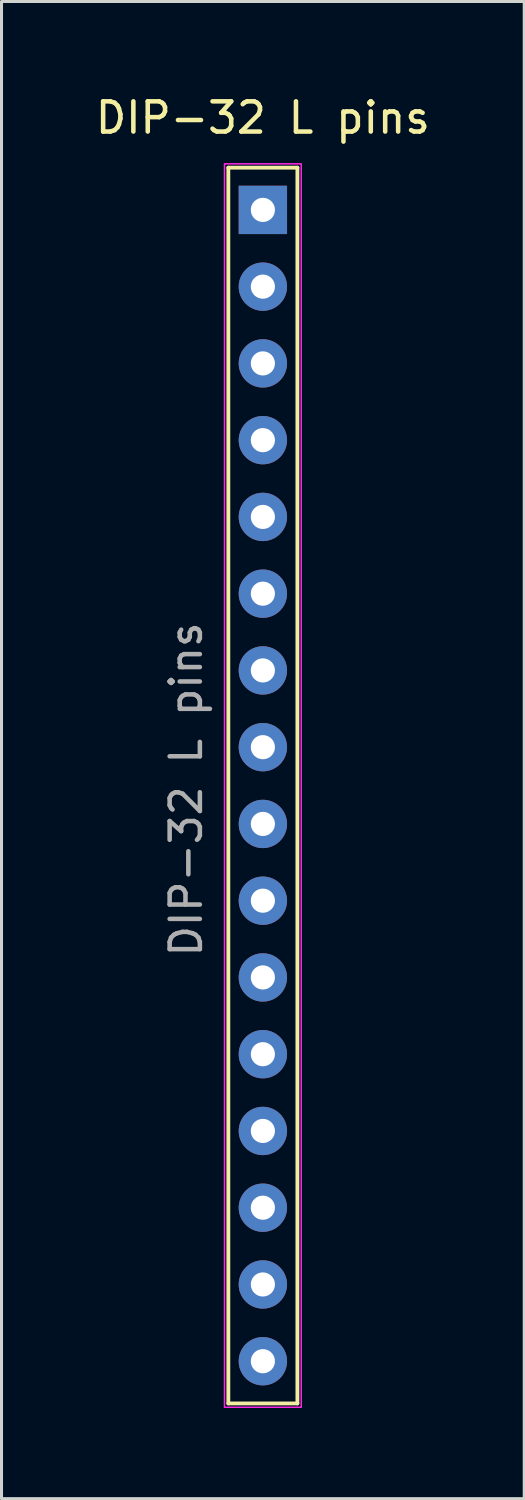
<source format=kicad_pcb>
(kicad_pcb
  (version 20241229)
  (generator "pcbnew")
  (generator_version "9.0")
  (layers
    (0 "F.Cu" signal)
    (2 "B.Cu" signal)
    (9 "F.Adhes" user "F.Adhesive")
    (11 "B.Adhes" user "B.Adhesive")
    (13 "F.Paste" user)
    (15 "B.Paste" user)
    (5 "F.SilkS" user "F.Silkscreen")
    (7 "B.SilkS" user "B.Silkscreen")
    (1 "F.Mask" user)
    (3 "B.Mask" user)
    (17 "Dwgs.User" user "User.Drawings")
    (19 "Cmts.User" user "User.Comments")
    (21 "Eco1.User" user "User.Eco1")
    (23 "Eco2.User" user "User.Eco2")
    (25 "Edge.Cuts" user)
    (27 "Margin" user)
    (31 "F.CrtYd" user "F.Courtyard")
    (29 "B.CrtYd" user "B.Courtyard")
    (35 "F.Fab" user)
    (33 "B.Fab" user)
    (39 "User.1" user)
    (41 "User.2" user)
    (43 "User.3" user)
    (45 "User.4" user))
  (footprint "DIP-32 L pins"
    (layer "F.Cu")
    (at 5.649 3.896)
    (property "Reference" "DIP-32 L pins" (at 0 -3.048 0) (layer "F.SilkS") (effects (font (size 1 1) (thickness 0.15))))
    (attr through_hole)
    (fp_line (start -1.143 -1.397) (end 1.143 -1.397) (stroke (width 0.127) (type default)) (layer "F.SilkS"))
    (fp_line (start -1.143 39.497) (end -1.143 -1.397) (stroke (width 0.127) (type default)) (layer "F.SilkS"))
    (fp_line (start 1.143 -1.397) (end 1.143 39.497) (stroke (width 0.127) (type default)) (layer "F.SilkS"))
    (fp_line (start 1.143 39.497) (end -1.143 39.497) (stroke (width 0.127) (type default)) (layer "F.SilkS"))
    (fp_rect (start -1.27 -1.524) (end 1.27 39.624) (stroke (width 0.05) (type default)) (fill no) (layer "F.CrtYd"))
    (fp_text user "${REFERENCE}" (at -2.54 19.177 90) (layer "F.Fab") (effects (font (size 1 1) (thickness 0.15))))
    (pad "1" thru_hole rect (at 0 0) (size 1.6 1.6) (drill 0.8) (layers "*.Cu" "*.Mask"))
    (pad "2" thru_hole oval (at 0 2.54) (size 1.6 1.6) (drill 0.8) (layers "*.Cu" "*.Mask"))
    (pad "3" thru_hole oval (at 0 5.08) (size 1.6 1.6) (drill 0.8) (layers "*.Cu" "*.Mask"))
    (pad "4" thru_hole oval (at 0 7.62) (size 1.6 1.6) (drill 0.8) (layers "*.Cu" "*.Mask"))
    (pad "5" thru_hole oval (at 0 10.16) (size 1.6 1.6) (drill 0.8) (layers "*.Cu" "*.Mask"))
    (pad "6" thru_hole oval (at 0 12.7) (size 1.6 1.6) (drill 0.8) (layers "*.Cu" "*.Mask"))
    (pad "7" thru_hole oval (at 0 15.24) (size 1.6 1.6) (drill 0.8) (layers "*.Cu" "*.Mask"))
    (pad "8" thru_hole oval (at 0 17.78) (size 1.6 1.6) (drill 0.8) (layers "*.Cu" "*.Mask"))
    (pad "9" thru_hole oval (at 0 20.32) (size 1.6 1.6) (drill 0.8) (layers "*.Cu" "*.Mask"))
    (pad "10" thru_hole oval (at 0 22.86) (size 1.6 1.6) (drill 0.8) (layers "*.Cu" "*.Mask"))
    (pad "11" thru_hole oval (at 0 25.4) (size 1.6 1.6) (drill 0.8) (layers "*.Cu" "*.Mask"))
    (pad "12" thru_hole oval (at 0 27.94) (size 1.6 1.6) (drill 0.8) (layers "*.Cu" "*.Mask"))
    (pad "13" thru_hole oval (at 0 30.48) (size 1.6 1.6) (drill 0.8) (layers "*.Cu" "*.Mask"))
    (pad "14" thru_hole oval (at 0 33.02) (size 1.6 1.6) (drill 0.8) (layers "*.Cu" "*.Mask"))
    (pad "15" thru_hole oval (at 0 35.56) (size 1.6 1.6) (drill 0.8) (layers "*.Cu" "*.Mask"))
    (pad "16" thru_hole oval (at 0 38.1) (size 1.6 1.6) (drill 0.8) (layers "*.Cu" "*.Mask")))
  (gr_rect
    (start -3 -3)
    (end 14.298 46.545)
    (stroke (width 0.1) (type default))
    (fill no)
    (layer "Edge.Cuts")))
</source>
